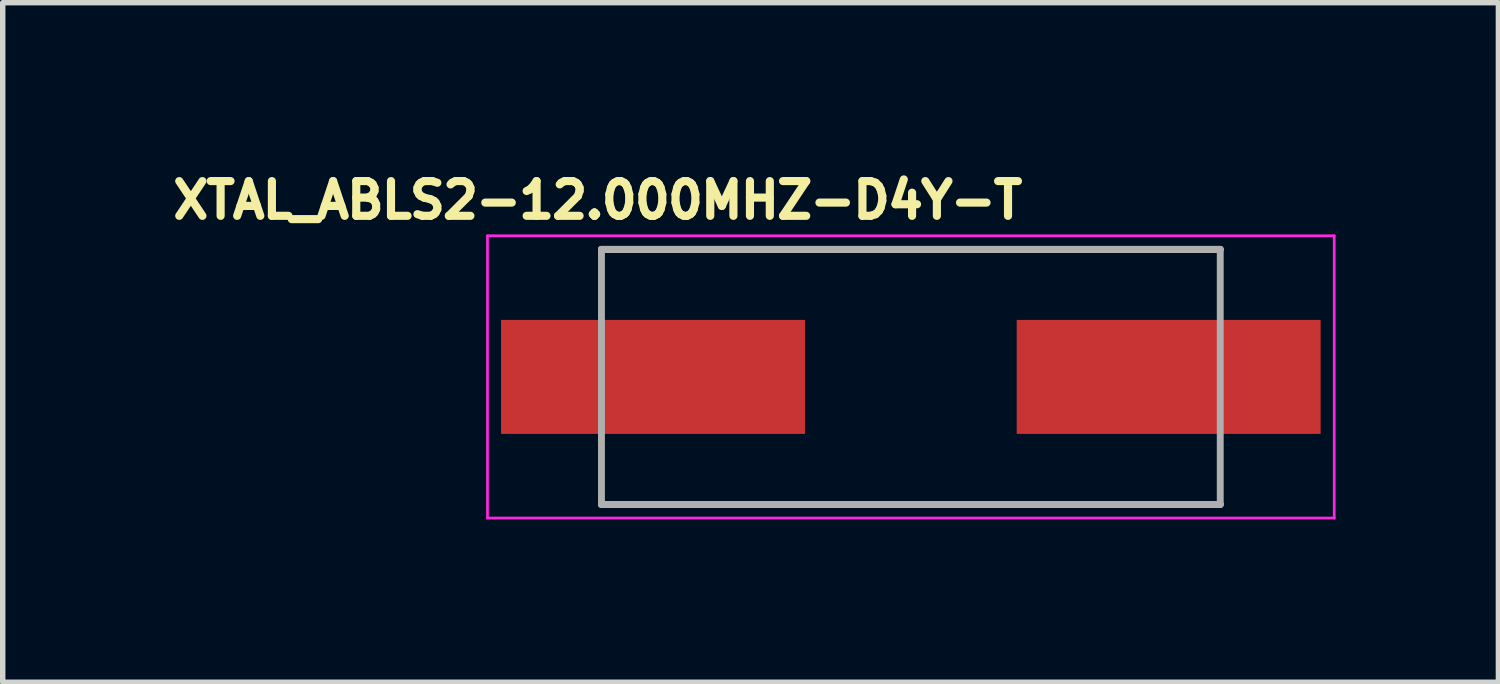
<source format=kicad_pcb>
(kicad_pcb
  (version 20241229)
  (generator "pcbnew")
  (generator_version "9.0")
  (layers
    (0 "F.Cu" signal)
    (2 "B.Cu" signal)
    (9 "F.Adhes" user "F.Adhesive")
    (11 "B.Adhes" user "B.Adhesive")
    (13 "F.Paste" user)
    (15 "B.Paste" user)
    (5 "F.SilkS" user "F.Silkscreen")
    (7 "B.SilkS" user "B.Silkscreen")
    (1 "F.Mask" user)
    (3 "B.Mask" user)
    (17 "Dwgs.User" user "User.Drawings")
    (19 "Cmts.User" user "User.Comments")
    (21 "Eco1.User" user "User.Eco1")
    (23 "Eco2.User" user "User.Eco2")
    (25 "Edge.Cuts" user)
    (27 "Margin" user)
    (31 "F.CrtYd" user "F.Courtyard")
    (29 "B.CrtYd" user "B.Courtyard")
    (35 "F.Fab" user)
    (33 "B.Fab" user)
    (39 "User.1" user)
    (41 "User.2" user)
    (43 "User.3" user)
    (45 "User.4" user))
  (footprint "XTAL_ABLS2-12.000MHZ-D4Y-T"
    (layer "F.Cu")
    (at 13.731 3.894)
    (property "Reference" "XTAL_ABLS2-12.000MHZ-D4Y-T" (at -5.768 -3.256 0) (layer "F.SilkS") (effects (font (size 0.64 0.64) (thickness 0.15))))
    (attr smd)
    (fp_line (start -5.7 -2.35) (end 5.7 -2.35) (stroke (width 0.127) (type solid)) (layer "F.SilkS"))
    (fp_line (start -5.7 2.35) (end 5.7 2.35) (stroke (width 0.127) (type solid)) (layer "F.SilkS"))
    (fp_line (start -7.8 -2.6) (end -7.8 2.6) (stroke (width 0.05) (type solid)) (layer "F.CrtYd"))
    (fp_line (start -7.8 2.6) (end 7.8 2.6) (stroke (width 0.05) (type solid)) (layer "F.CrtYd"))
    (fp_line (start 7.8 -2.6) (end -7.8 -2.6) (stroke (width 0.05) (type solid)) (layer "F.CrtYd"))
    (fp_line (start 7.8 2.6) (end 7.8 -2.6) (stroke (width 0.05) (type solid)) (layer "F.CrtYd"))
    (fp_line (start -5.7 -2.35) (end -5.7 2.35) (stroke (width 0.127) (type solid)) (layer "F.Fab"))
    (fp_line (start -5.7 -2.35) (end 5.7 -2.35) (stroke (width 0.127) (type solid)) (layer "F.Fab"))
    (fp_line (start -5.7 2.35) (end 5.7 2.35) (stroke (width 0.127) (type solid)) (layer "F.Fab"))
    (fp_line (start 5.7 -2.35) (end 5.7 2.35) (stroke (width 0.127) (type solid)) (layer "F.Fab"))
    (pad "1" smd rect (at -4.75 0) (size 5.6 2.1) (layers "F.Cu" "F.Mask" "F.Paste"))
    (pad "2" smd rect (at 4.75 0) (size 5.6 2.1) (layers "F.Cu" "F.Mask" "F.Paste")))
  (gr_rect
    (start -3 -3)
    (end 24.556 9.519)
    (stroke (width 0.1) (type default))
    (fill no)
    (layer "Edge.Cuts")))
</source>
